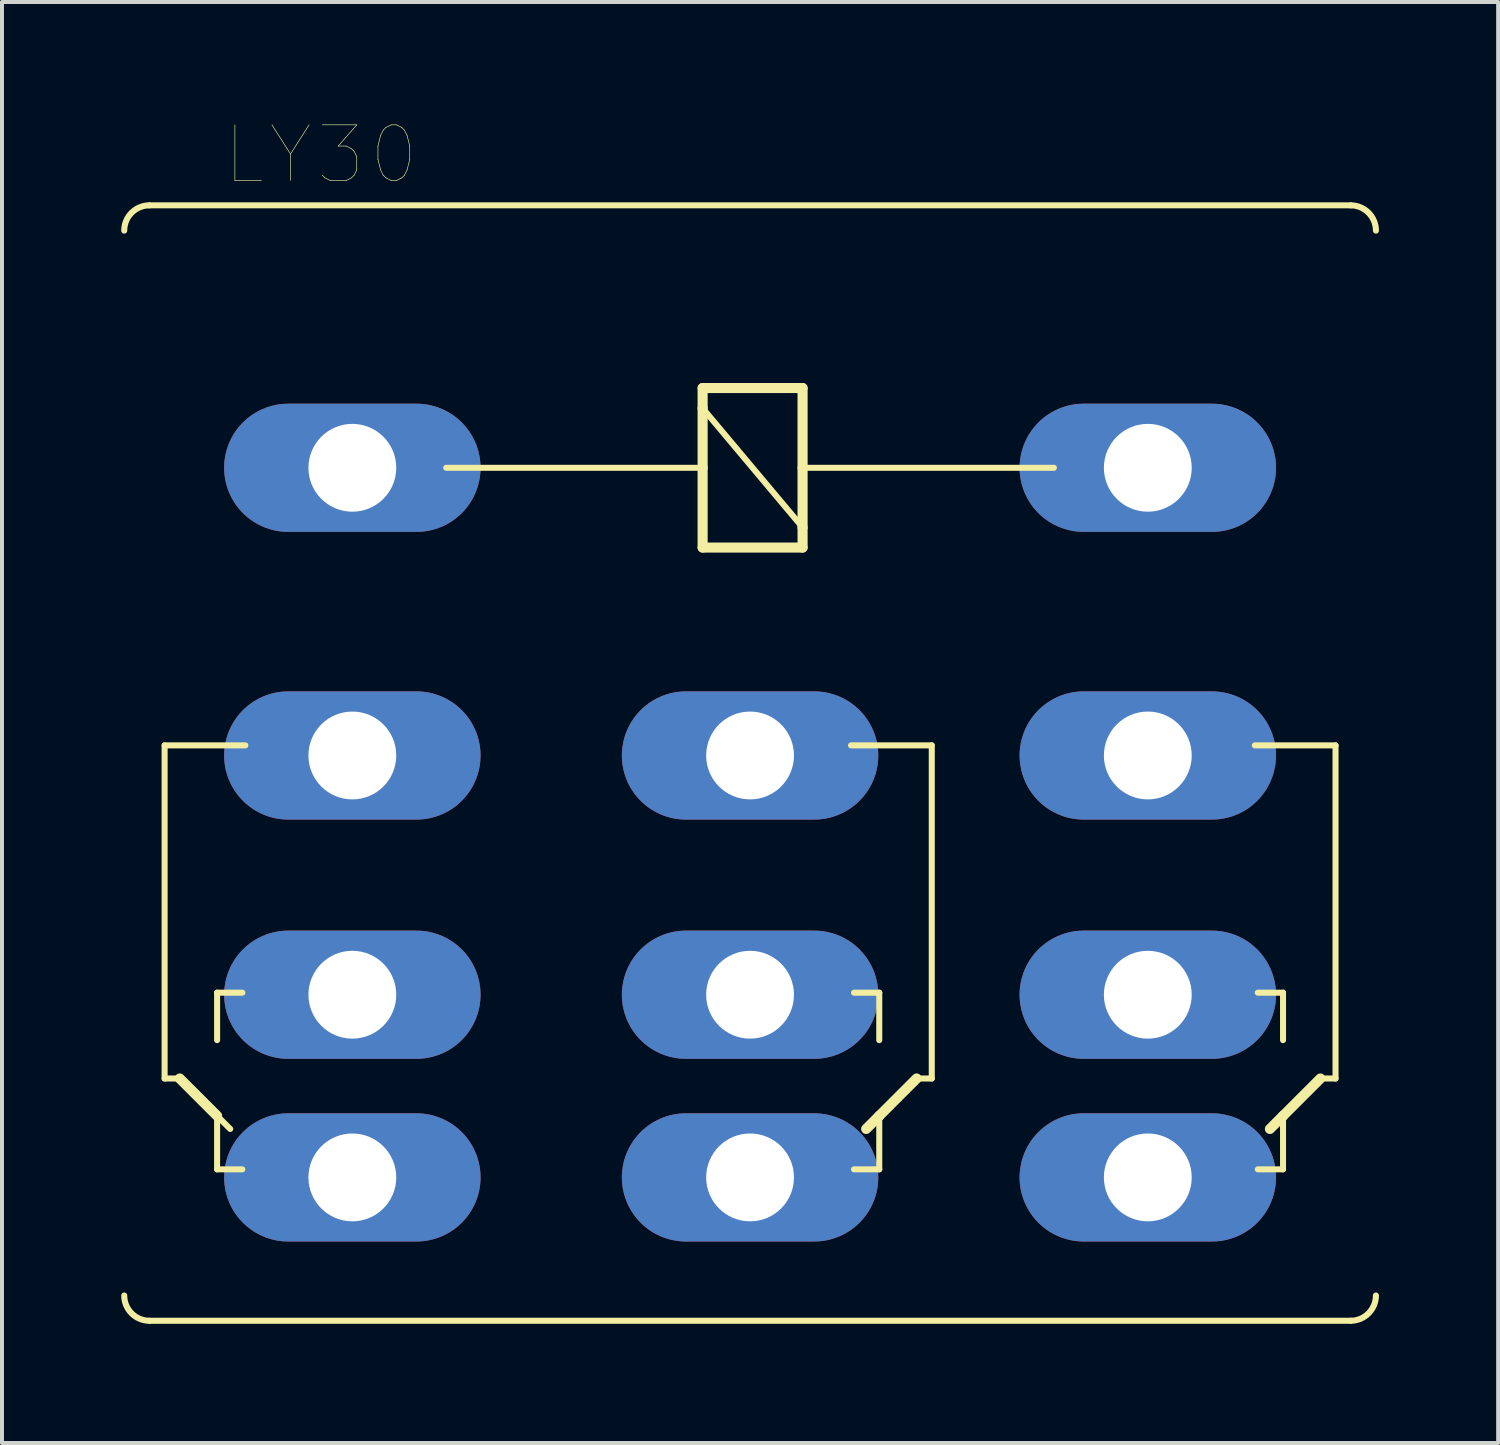
<source format=kicad_pcb>
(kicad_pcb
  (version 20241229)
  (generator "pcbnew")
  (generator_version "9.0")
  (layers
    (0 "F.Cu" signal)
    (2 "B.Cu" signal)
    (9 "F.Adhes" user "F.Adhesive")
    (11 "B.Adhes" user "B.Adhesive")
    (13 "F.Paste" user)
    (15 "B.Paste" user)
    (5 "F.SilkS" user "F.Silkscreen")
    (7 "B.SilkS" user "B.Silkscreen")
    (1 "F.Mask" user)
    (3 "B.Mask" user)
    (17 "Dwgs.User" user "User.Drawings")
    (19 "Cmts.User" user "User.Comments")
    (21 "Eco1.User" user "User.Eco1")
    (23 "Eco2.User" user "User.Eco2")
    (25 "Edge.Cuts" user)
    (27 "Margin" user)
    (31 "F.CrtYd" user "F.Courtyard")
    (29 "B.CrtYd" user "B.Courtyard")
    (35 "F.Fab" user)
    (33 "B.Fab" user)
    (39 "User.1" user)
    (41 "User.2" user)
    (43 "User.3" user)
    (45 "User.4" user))
  (footprint "LY30"
    (layer "F.Cu")
    (at 15.824 8.721)
    (property "Reference" "LY30" (at -10.797 -7.876 0) (layer "F.SilkS") (effects (font (size 1.4 1.4) (thickness 0.015))))
    (attr through_hole)
    (fp_line (start -15.113 -6.604) (end 15.113 -6.604) (stroke (width 0.152) (type solid)) (layer "F.SilkS"))
    (fp_line (start -14.732 6.985) (end -12.7 6.985) (stroke (width 0.152) (type solid)) (layer "F.SilkS"))
    (fp_line (start -14.732 15.367) (end -14.732 6.985) (stroke (width 0.152) (type solid)) (layer "F.SilkS"))
    (fp_line (start -14.732 15.367) (end -14.351 15.367) (stroke (width 0.152) (type solid)) (layer "F.SilkS"))
    (fp_line (start -13.411 13.208) (end -12.776 13.208) (stroke (width 0.152) (type solid)) (layer "F.SilkS"))
    (fp_line (start -13.411 14.402) (end -13.411 13.208) (stroke (width 0.152) (type solid)) (layer "F.SilkS"))
    (fp_line (start -13.411 16.307) (end -14.351 15.367) (stroke (width 0.254) (type solid)) (layer "F.SilkS"))
    (fp_line (start -13.411 16.307) (end -13.411 17.653) (stroke (width 0.152) (type solid)) (layer "F.SilkS"))
    (fp_line (start -13.411 17.653) (end -12.776 17.653) (stroke (width 0.152) (type solid)) (layer "F.SilkS"))
    (fp_line (start -13.081 16.637) (end -13.411 16.307) (stroke (width 0.152) (type solid)) (layer "F.SilkS"))
    (fp_line (start -7.645 0) (end -1.194 0) (stroke (width 0.152) (type solid)) (layer "F.SilkS"))
    (fp_line (start -1.194 -2.007) (end 1.321 -2.007) (stroke (width 0.254) (type solid)) (layer "F.SilkS"))
    (fp_line (start -1.194 -1.499) (end -1.194 -2.007) (stroke (width 0.254) (type solid)) (layer "F.SilkS"))
    (fp_line (start -1.194 -1.499) (end 1.321 1.499) (stroke (width 0.152) (type solid)) (layer "F.SilkS"))
    (fp_line (start -1.194 0) (end -1.194 -1.499) (stroke (width 0.254) (type solid)) (layer "F.SilkS"))
    (fp_line (start -1.194 2.007) (end -1.194 0) (stroke (width 0.254) (type solid)) (layer "F.SilkS"))
    (fp_line (start 1.321 -2.007) (end 1.321 0) (stroke (width 0.254) (type solid)) (layer "F.SilkS"))
    (fp_line (start 1.321 0) (end 1.321 1.499) (stroke (width 0.254) (type solid)) (layer "F.SilkS"))
    (fp_line (start 1.321 0) (end 7.645 0) (stroke (width 0.152) (type solid)) (layer "F.SilkS"))
    (fp_line (start 1.321 1.499) (end 1.321 2.007) (stroke (width 0.254) (type solid)) (layer "F.SilkS"))
    (fp_line (start 1.321 2.007) (end -1.194 2.007) (stroke (width 0.254) (type solid)) (layer "F.SilkS"))
    (fp_line (start 2.921 16.637) (end 3.251 16.307) (stroke (width 0.254) (type solid)) (layer "F.SilkS"))
    (fp_line (start 3.251 13.208) (end 2.616 13.208) (stroke (width 0.152) (type solid)) (layer "F.SilkS"))
    (fp_line (start 3.251 14.402) (end 3.251 13.208) (stroke (width 0.152) (type solid)) (layer "F.SilkS"))
    (fp_line (start 3.251 16.307) (end 3.251 17.653) (stroke (width 0.152) (type solid)) (layer "F.SilkS"))
    (fp_line (start 3.251 16.307) (end 4.191 15.367) (stroke (width 0.254) (type solid)) (layer "F.SilkS"))
    (fp_line (start 3.251 17.653) (end 2.616 17.653) (stroke (width 0.152) (type solid)) (layer "F.SilkS"))
    (fp_line (start 4.572 6.985) (end 2.54 6.985) (stroke (width 0.152) (type solid)) (layer "F.SilkS"))
    (fp_line (start 4.572 15.367) (end 4.191 15.367) (stroke (width 0.152) (type solid)) (layer "F.SilkS"))
    (fp_line (start 4.572 15.367) (end 4.572 6.985) (stroke (width 0.152) (type solid)) (layer "F.SilkS"))
    (fp_line (start 13.081 16.637) (end 13.411 16.307) (stroke (width 0.254) (type solid)) (layer "F.SilkS"))
    (fp_line (start 13.411 13.208) (end 12.776 13.208) (stroke (width 0.152) (type solid)) (layer "F.SilkS"))
    (fp_line (start 13.411 14.402) (end 13.411 13.208) (stroke (width 0.152) (type solid)) (layer "F.SilkS"))
    (fp_line (start 13.411 16.307) (end 13.411 17.653) (stroke (width 0.152) (type solid)) (layer "F.SilkS"))
    (fp_line (start 13.411 16.307) (end 14.351 15.367) (stroke (width 0.254) (type solid)) (layer "F.SilkS"))
    (fp_line (start 13.411 17.653) (end 12.776 17.653) (stroke (width 0.152) (type solid)) (layer "F.SilkS"))
    (fp_line (start 14.732 6.985) (end 12.7 6.985) (stroke (width 0.152) (type solid)) (layer "F.SilkS"))
    (fp_line (start 14.732 15.367) (end 14.351 15.367) (stroke (width 0.152) (type solid)) (layer "F.SilkS"))
    (fp_line (start 14.732 15.367) (end 14.732 6.985) (stroke (width 0.152) (type solid)) (layer "F.SilkS"))
    (fp_line (start 15.113 21.463) (end -15.113 21.463) (stroke (width 0.152) (type solid)) (layer "F.SilkS"))
    (fp_arc (start -15.748 -5.969) (mid -15.562013 -6.418013) (end -15.113 -6.604) (stroke (width 0.1524) (type solid)) (layer "F.SilkS"))
    (fp_arc (start -15.113 21.463) (mid -15.562013 21.277013) (end -15.748 20.828) (stroke (width 0.1524) (type solid)) (layer "F.SilkS"))
    (fp_arc (start 15.113 -6.604) (mid 15.562013 -6.418013) (end 15.748 -5.969) (stroke (width 0.1524) (type solid)) (layer "F.SilkS"))
    (fp_arc (start 15.748 20.828) (mid 15.562013 21.277013) (end 15.113 21.463) (stroke (width 0.1524) (type solid)) (layer "F.SilkS"))
    (pad "1" thru_hole oval (at -10.008 0) (size 6.452 3.226) (drill 2.21) (layers "*.Cu" "*.Mask"))
    (pad "2" thru_hole oval (at 10.008 0) (size 6.452 3.226) (drill 2.21) (layers "*.Cu" "*.Mask"))
    (pad "O1" thru_hole oval (at -10.008 17.856) (size 6.452 3.226) (drill 2.21) (layers "*.Cu" "*.Mask"))
    (pad "O2" thru_hole oval (at 0 17.856) (size 6.452 3.226) (drill 2.21) (layers "*.Cu" "*.Mask"))
    (pad "O3" thru_hole oval (at 10.008 17.856) (size 6.452 3.226) (drill 2.21) (layers "*.Cu" "*.Mask"))
    (pad "P1" thru_hole oval (at -10.008 7.239) (size 6.452 3.226) (drill 2.21) (layers "*.Cu" "*.Mask"))
    (pad "P2" thru_hole oval (at 0 7.239) (size 6.452 3.226) (drill 2.21) (layers "*.Cu" "*.Mask"))
    (pad "P3" thru_hole oval (at 10.008 7.239) (size 6.452 3.226) (drill 2.21) (layers "*.Cu" "*.Mask"))
    (pad "S1" thru_hole oval (at -10.008 13.259) (size 6.452 3.226) (drill 2.21) (layers "*.Cu" "*.Mask"))
    (pad "S2" thru_hole oval (at 0 13.259) (size 6.452 3.226) (drill 2.21) (layers "*.Cu" "*.Mask"))
    (pad "S3" thru_hole oval (at 10.008 13.259) (size 6.452 3.226) (drill 2.21) (layers "*.Cu" "*.Mask")))
  (gr_rect
    (start -3 -3)
    (end 34.648 33.26)
    (stroke (width 0.1) (type default))
    (fill no)
    (layer "Edge.Cuts")))
</source>
